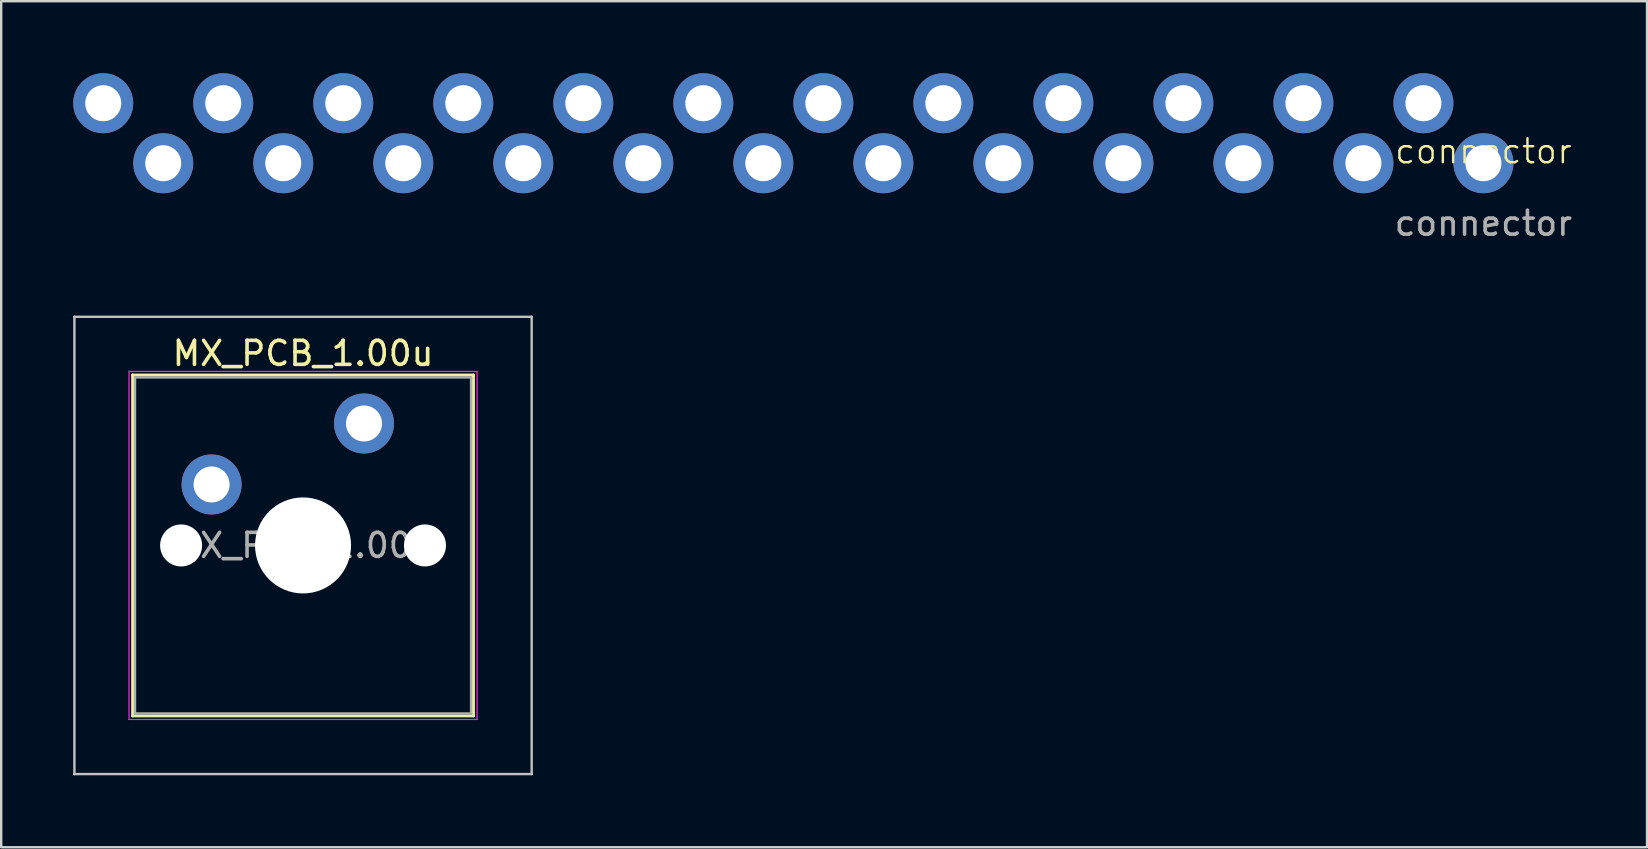
<source format=kicad_pcb>
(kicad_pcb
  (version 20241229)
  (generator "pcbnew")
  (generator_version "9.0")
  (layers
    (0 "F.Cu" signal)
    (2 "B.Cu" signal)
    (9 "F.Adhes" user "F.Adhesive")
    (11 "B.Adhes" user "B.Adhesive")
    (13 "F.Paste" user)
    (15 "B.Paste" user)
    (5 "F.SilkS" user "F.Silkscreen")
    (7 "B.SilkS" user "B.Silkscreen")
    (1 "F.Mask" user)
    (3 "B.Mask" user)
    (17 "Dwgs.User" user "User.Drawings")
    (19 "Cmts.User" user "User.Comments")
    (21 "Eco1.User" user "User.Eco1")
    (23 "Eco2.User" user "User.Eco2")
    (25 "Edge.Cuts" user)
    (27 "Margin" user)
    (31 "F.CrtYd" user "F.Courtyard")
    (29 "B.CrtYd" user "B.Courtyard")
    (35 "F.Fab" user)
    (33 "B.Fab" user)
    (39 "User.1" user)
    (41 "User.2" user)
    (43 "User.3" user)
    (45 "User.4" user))
  (footprint "connector"
    (layer "F.Cu")
    (at 58.75 3.75)
    (property "Reference" "connector" (at 0 -0.5 0) (unlocked yes) (layer "F.SilkS") (effects (font (size 1 1) (thickness 0.1))))
    (attr through_hole)
    (fp_text user "${REFERENCE}" (at 0 2.5 0) (unlocked yes) (layer "F.Fab") (effects (font (size 1 1) (thickness 0.15))))
    (pad "1" thru_hole circle (at 0 0) (size 2.5 2.5) (drill 1.5) (layers "*.Cu" "*.Mask"))
    (pad "2" thru_hole circle (at -2.5 -2.5) (size 2.5 2.5) (drill 1.5) (layers "*.Cu" "*.Mask"))
    (pad "3" thru_hole circle (at -5 0) (size 2.5 2.5) (drill 1.5) (layers "*.Cu" "*.Mask"))
    (pad "4" thru_hole circle (at -7.5 -2.5) (size 2.5 2.5) (drill 1.5) (layers "*.Cu" "*.Mask"))
    (pad "5" thru_hole circle (at -10 0) (size 2.5 2.5) (drill 1.5) (layers "*.Cu" "*.Mask"))
    (pad "6" thru_hole circle (at -12.5 -2.5) (size 2.5 2.5) (drill 1.5) (layers "*.Cu" "*.Mask"))
    (pad "7" thru_hole circle (at -15 0) (size 2.5 2.5) (drill 1.5) (layers "*.Cu" "*.Mask"))
    (pad "8" thru_hole circle (at -17.5 -2.5) (size 2.5 2.5) (drill 1.5) (layers "*.Cu" "*.Mask"))
    (pad "9" thru_hole circle (at -20 0) (size 2.5 2.5) (drill 1.5) (layers "*.Cu" "*.Mask"))
    (pad "10" thru_hole circle (at -22.5 -2.5) (size 2.5 2.5) (drill 1.5) (layers "*.Cu" "*.Mask"))
    (pad "11" thru_hole circle (at -25 0) (size 2.5 2.5) (drill 1.5) (layers "*.Cu" "*.Mask"))
    (pad "12" thru_hole circle (at -27.5 -2.5) (size 2.5 2.5) (drill 1.5) (layers "*.Cu" "*.Mask"))
    (pad "13" thru_hole circle (at -30 0) (size 2.5 2.5) (drill 1.5) (layers "*.Cu" "*.Mask"))
    (pad "14" thru_hole circle (at -32.5 -2.5) (size 2.5 2.5) (drill 1.5) (layers "*.Cu" "*.Mask"))
    (pad "15" thru_hole circle (at -35 0) (size 2.5 2.5) (drill 1.5) (layers "*.Cu" "*.Mask"))
    (pad "16" thru_hole circle (at -37.5 -2.5) (size 2.5 2.5) (drill 1.5) (layers "*.Cu" "*.Mask"))
    (pad "17" thru_hole circle (at -40 0) (size 2.5 2.5) (drill 1.5) (layers "*.Cu" "*.Mask"))
    (pad "18" thru_hole circle (at -42.5 -2.5) (size 2.5 2.5) (drill 1.5) (layers "*.Cu" "*.Mask"))
    (pad "19" thru_hole circle (at -45 0) (size 2.5 2.5) (drill 1.5) (layers "*.Cu" "*.Mask"))
    (pad "20" thru_hole circle (at -47.5 -2.5) (size 2.5 2.5) (drill 1.5) (layers "*.Cu" "*.Mask"))
    (pad "21" thru_hole circle (at -50 0) (size 2.5 2.5) (drill 1.5) (layers "*.Cu" "*.Mask"))
    (pad "22" thru_hole circle (at -52.5 -2.5) (size 2.5 2.5) (drill 1.5) (layers "*.Cu" "*.Mask"))
    (pad "23" thru_hole circle (at -55 0) (size 2.5 2.5) (drill 1.5) (layers "*.Cu" "*.Mask"))
    (pad "24" thru_hole circle (at -57.5 -2.5) (size 2.5 2.5) (drill 1.5) (layers "*.Cu" "*.Mask")))
  (footprint "MX_PCB_1.00u"
    (layer "F.Cu")
    (at 9.575 19.673)
    (property "Reference" "MX_PCB_1.00u" (at 0 -8 0) (layer "F.SilkS") (effects (font (size 1 1) (thickness 0.15))))
    (attr through_hole)
    (fp_line (start -7.1 -7.1) (end -7.1 7.1) (stroke (width 0.12) (type solid)) (layer "F.SilkS"))
    (fp_line (start -7.1 7.1) (end 7.1 7.1) (stroke (width 0.12) (type solid)) (layer "F.SilkS"))
    (fp_line (start 7.1 -7.1) (end -7.1 -7.1) (stroke (width 0.12) (type solid)) (layer "F.SilkS"))
    (fp_line (start 7.1 7.1) (end 7.1 -7.1) (stroke (width 0.12) (type solid)) (layer "F.SilkS"))
    (fp_line (start -9.525 -9.525) (end -9.525 9.525) (stroke (width 0.1) (type solid)) (layer "Dwgs.User"))
    (fp_line (start -9.525 9.525) (end 9.525 9.525) (stroke (width 0.1) (type solid)) (layer "Dwgs.User"))
    (fp_line (start 9.525 -9.525) (end -9.525 -9.525) (stroke (width 0.1) (type solid)) (layer "Dwgs.User"))
    (fp_line (start 9.525 9.525) (end 9.525 -9.525) (stroke (width 0.1) (type solid)) (layer "Dwgs.User"))
    (fp_line (start -7 -7) (end -7 7) (stroke (width 0.1) (type solid)) (layer "Eco1.User"))
    (fp_line (start -7 7) (end 7 7) (stroke (width 0.1) (type solid)) (layer "Eco1.User"))
    (fp_line (start 7 -7) (end -7 -7) (stroke (width 0.1) (type solid)) (layer "Eco1.User"))
    (fp_line (start 7 7) (end 7 -7) (stroke (width 0.1) (type solid)) (layer "Eco1.User"))
    (fp_line (start -7.25 -7.25) (end -7.25 7.25) (stroke (width 0.05) (type solid)) (layer "F.CrtYd"))
    (fp_line (start -7.25 7.25) (end 7.25 7.25) (stroke (width 0.05) (type solid)) (layer "F.CrtYd"))
    (fp_line (start 7.25 -7.25) (end -7.25 -7.25) (stroke (width 0.05) (type solid)) (layer "F.CrtYd"))
    (fp_line (start 7.25 7.25) (end 7.25 -7.25) (stroke (width 0.05) (type solid)) (layer "F.CrtYd"))
    (fp_line (start -7 -7) (end -7 7) (stroke (width 0.1) (type solid)) (layer "F.Fab"))
    (fp_line (start -7 7) (end 7 7) (stroke (width 0.1) (type solid)) (layer "F.Fab"))
    (fp_line (start 7 -7) (end -7 -7) (stroke (width 0.1) (type solid)) (layer "F.Fab"))
    (fp_line (start 7 7) (end 7 -7) (stroke (width 0.1) (type solid)) (layer "F.Fab"))
    (fp_text user "${REFERENCE}" (at 0 0 0) (layer "F.Fab") (effects (font (size 1 1) (thickness 0.15))))
    (pad "" np_thru_hole circle (at -5.08 0) (size 1.75 1.75) (drill 1.75) (layers "*.Cu" "*.Mask"))
    (pad "" np_thru_hole circle (at 0 0) (size 4 4) (drill 4) (layers "*.Cu" "*.Mask"))
    (pad "" np_thru_hole circle (at 5.08 0) (size 1.75 1.75) (drill 1.75) (layers "*.Cu" "*.Mask"))
    (pad "1" thru_hole circle (at -3.81 -2.54) (size 2.5 2.5) (drill 1.5) (layers "*.Cu" "*.Mask"))
    (pad "2" thru_hole circle (at 2.54 -5.08) (size 2.5 2.5) (drill 1.5) (layers "*.Cu" "*.Mask")))
  (gr_rect
    (start -3 -3)
    (end 65.565 32.248)
    (stroke (width 0.1) (type default))
    (fill no)
    (layer "Edge.Cuts")))
</source>
